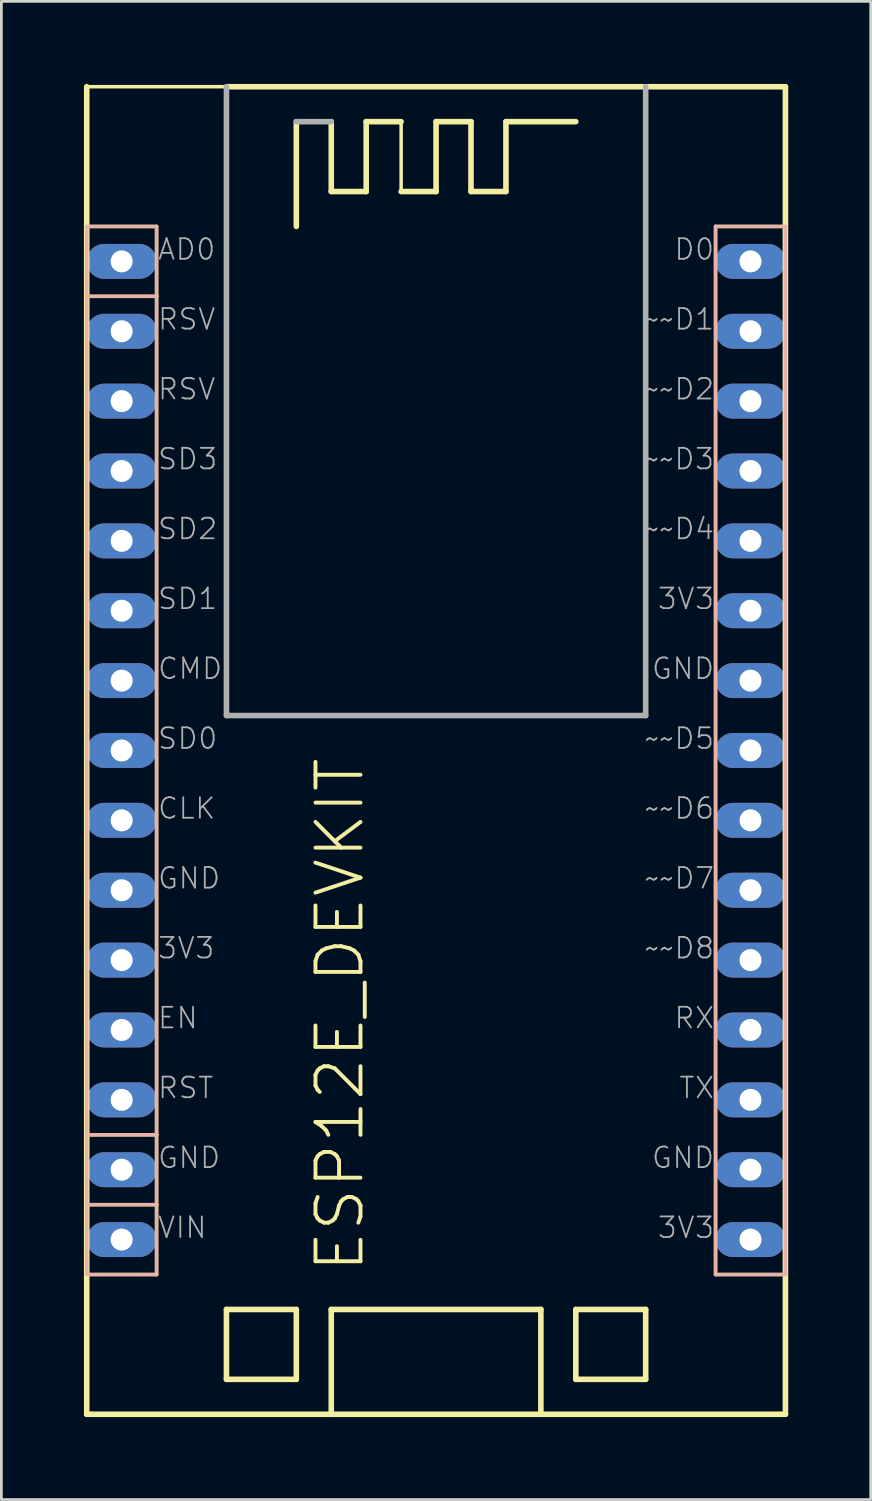
<source format=kicad_pcb>
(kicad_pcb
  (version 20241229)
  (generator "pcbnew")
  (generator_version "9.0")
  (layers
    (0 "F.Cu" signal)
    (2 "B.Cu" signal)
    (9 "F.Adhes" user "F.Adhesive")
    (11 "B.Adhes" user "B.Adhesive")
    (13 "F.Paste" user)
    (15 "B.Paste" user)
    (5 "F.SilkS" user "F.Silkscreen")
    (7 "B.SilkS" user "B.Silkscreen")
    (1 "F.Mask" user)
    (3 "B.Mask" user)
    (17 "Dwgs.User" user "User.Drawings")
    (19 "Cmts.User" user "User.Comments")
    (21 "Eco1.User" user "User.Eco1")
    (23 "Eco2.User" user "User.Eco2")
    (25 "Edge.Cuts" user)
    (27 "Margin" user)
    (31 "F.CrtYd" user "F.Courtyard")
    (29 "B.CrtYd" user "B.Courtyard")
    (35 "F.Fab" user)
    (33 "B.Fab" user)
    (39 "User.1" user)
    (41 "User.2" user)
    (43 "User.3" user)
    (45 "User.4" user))
  (footprint "ESP12E_DEVKIT"
    (layer "F.Cu")
    (at 12.802 24.232)
    (property "Reference" "ESP12E_DEVKIT" (at -2.54 19.05 90) (unlocked yes) (layer "F.SilkS") (effects (font (size 1.636 1.636) (thickness 0.142)) (justify left bottom)))
    (fp_line (start -12.7 -24.13) (end -7.62 -24.13) (stroke (width 0.127) (type solid)) (layer "F.SilkS"))
    (fp_line (start -12.7 -19.05) (end -10.16 -19.05) (stroke (width 0.127) (type solid)) (layer "F.SilkS"))
    (fp_line (start -12.7 -16.51) (end -12.7 -19.05) (stroke (width 0.127) (type solid)) (layer "F.SilkS"))
    (fp_line (start -12.7 -16.51) (end -10.16 -16.51) (stroke (width 0.127) (type solid)) (layer "F.SilkS"))
    (fp_line (start -12.7 13.97) (end -12.7 -16.51) (stroke (width 0.127) (type solid)) (layer "F.SilkS"))
    (fp_line (start -12.7 13.97) (end -10.16 13.97) (stroke (width 0.127) (type solid)) (layer "F.SilkS"))
    (fp_line (start -12.7 16.51) (end -12.7 13.97) (stroke (width 0.127) (type solid)) (layer "F.SilkS"))
    (fp_line (start -12.7 19.05) (end -12.7 16.51) (stroke (width 0.127) (type solid)) (layer "F.SilkS"))
    (fp_line (start -12.7 24.13) (end -12.7 -24.13) (stroke (width 0.203) (type solid)) (layer "F.SilkS"))
    (fp_line (start -12.7 24.13) (end -3.81 24.13) (stroke (width 0.203) (type solid)) (layer "F.SilkS"))
    (fp_line (start -10.16 -19.05) (end -10.16 -16.51) (stroke (width 0.127) (type solid)) (layer "F.SilkS"))
    (fp_line (start -10.16 -16.51) (end -10.16 13.97) (stroke (width 0.127) (type solid)) (layer "F.SilkS"))
    (fp_line (start -10.16 13.97) (end -10.16 16.51) (stroke (width 0.127) (type solid)) (layer "F.SilkS"))
    (fp_line (start -10.16 16.51) (end -12.7 16.51) (stroke (width 0.127) (type solid)) (layer "F.SilkS"))
    (fp_line (start -10.16 16.51) (end -10.16 19.05) (stroke (width 0.127) (type solid)) (layer "F.SilkS"))
    (fp_line (start -10.16 19.05) (end -12.7 19.05) (stroke (width 0.127) (type solid)) (layer "F.SilkS"))
    (fp_line (start -7.62 -24.13) (end 12.7 -24.13) (stroke (width 0.203) (type solid)) (layer "F.SilkS"))
    (fp_line (start -7.62 20.32) (end -5.08 20.32) (stroke (width 0.203) (type solid)) (layer "F.SilkS"))
    (fp_line (start -7.62 22.86) (end -7.62 20.32) (stroke (width 0.203) (type solid)) (layer "F.SilkS"))
    (fp_line (start -5.08 -22.86) (end -3.81 -22.86) (stroke (width 0.127) (type solid)) (layer "F.SilkS"))
    (fp_line (start -5.08 -19.05) (end -5.08 -22.86) (stroke (width 0.203) (type solid)) (layer "F.SilkS"))
    (fp_line (start -5.08 20.32) (end -5.08 22.86) (stroke (width 0.203) (type solid)) (layer "F.SilkS"))
    (fp_line (start -5.08 22.86) (end -7.62 22.86) (stroke (width 0.203) (type solid)) (layer "F.SilkS"))
    (fp_line (start -3.81 -22.86) (end -3.81 -20.32) (stroke (width 0.203) (type solid)) (layer "F.SilkS"))
    (fp_line (start -3.81 -20.32) (end -2.54 -20.32) (stroke (width 0.203) (type solid)) (layer "F.SilkS"))
    (fp_line (start -3.81 20.32) (end 3.81 20.32) (stroke (width 0.203) (type solid)) (layer "F.SilkS"))
    (fp_line (start -3.81 24.13) (end -3.81 20.32) (stroke (width 0.203) (type solid)) (layer "F.SilkS"))
    (fp_line (start -3.81 24.13) (end 12.7 24.13) (stroke (width 0.203) (type solid)) (layer "F.SilkS"))
    (fp_line (start -2.54 -22.86) (end -1.27 -22.86) (stroke (width 0.203) (type solid)) (layer "F.SilkS"))
    (fp_line (start -2.54 -20.32) (end -2.54 -22.86) (stroke (width 0.203) (type solid)) (layer "F.SilkS"))
    (fp_line (start -1.27 -22.86) (end -1.27 -20.32) (stroke (width 0.127) (type solid)) (layer "F.SilkS"))
    (fp_line (start -1.27 -20.32) (end 0 -20.32) (stroke (width 0.203) (type solid)) (layer "F.SilkS"))
    (fp_line (start 0 -22.86) (end 1.27 -22.86) (stroke (width 0.203) (type solid)) (layer "F.SilkS"))
    (fp_line (start 0 -20.32) (end 0 -22.86) (stroke (width 0.203) (type solid)) (layer "F.SilkS"))
    (fp_line (start 1.27 -22.86) (end 1.27 -20.32) (stroke (width 0.203) (type solid)) (layer "F.SilkS"))
    (fp_line (start 1.27 -20.32) (end 2.54 -20.32) (stroke (width 0.203) (type solid)) (layer "F.SilkS"))
    (fp_line (start 2.54 -22.86) (end 5.08 -22.86) (stroke (width 0.203) (type solid)) (layer "F.SilkS"))
    (fp_line (start 2.54 -20.32) (end 2.54 -22.86) (stroke (width 0.203) (type solid)) (layer "F.SilkS"))
    (fp_line (start 3.81 20.32) (end 3.81 24.13) (stroke (width 0.203) (type solid)) (layer "F.SilkS"))
    (fp_line (start 5.08 20.32) (end 5.08 22.86) (stroke (width 0.203) (type solid)) (layer "F.SilkS"))
    (fp_line (start 5.08 22.86) (end 7.62 22.86) (stroke (width 0.203) (type solid)) (layer "F.SilkS"))
    (fp_line (start 7.62 20.32) (end 5.08 20.32) (stroke (width 0.203) (type solid)) (layer "F.SilkS"))
    (fp_line (start 7.62 22.86) (end 7.62 20.32) (stroke (width 0.203) (type solid)) (layer "F.SilkS"))
    (fp_line (start 10.16 -19.05) (end 12.7 -19.05) (stroke (width 0.127) (type solid)) (layer "F.SilkS"))
    (fp_line (start 10.16 19.05) (end 10.16 -19.05) (stroke (width 0.127) (type solid)) (layer "F.SilkS"))
    (fp_line (start 12.7 -24.13) (end 12.7 24.13) (stroke (width 0.203) (type solid)) (layer "F.SilkS"))
    (fp_line (start 12.7 -19.05) (end 12.7 19.05) (stroke (width 0.127) (type solid)) (layer "F.SilkS"))
    (fp_line (start 12.7 19.05) (end 10.16 19.05) (stroke (width 0.127) (type solid)) (layer "F.SilkS"))
    (fp_line (start -12.7 -19.05) (end -12.7 -16.51) (stroke (width 0.127) (type solid)) (layer "B.SilkS"))
    (fp_line (start -12.7 -19.05) (end -10.16 -19.05) (stroke (width 0.127) (type solid)) (layer "B.SilkS"))
    (fp_line (start -12.7 -16.51) (end -10.16 -16.51) (stroke (width 0.127) (type solid)) (layer "B.SilkS"))
    (fp_line (start -12.7 13.97) (end -12.7 -16.51) (stroke (width 0.127) (type solid)) (layer "B.SilkS"))
    (fp_line (start -12.7 13.97) (end -12.7 16.51) (stroke (width 0.127) (type solid)) (layer "B.SilkS"))
    (fp_line (start -12.7 16.51) (end -10.16 16.51) (stroke (width 0.127) (type solid)) (layer "B.SilkS"))
    (fp_line (start -12.7 19.05) (end -12.7 16.51) (stroke (width 0.127) (type solid)) (layer "B.SilkS"))
    (fp_line (start -10.16 -19.05) (end -10.16 -16.51) (stroke (width 0.127) (type solid)) (layer "B.SilkS"))
    (fp_line (start -10.16 -16.51) (end -10.16 13.97) (stroke (width 0.127) (type solid)) (layer "B.SilkS"))
    (fp_line (start -10.16 13.97) (end -12.7 13.97) (stroke (width 0.127) (type solid)) (layer "B.SilkS"))
    (fp_line (start -10.16 13.97) (end -10.16 16.51) (stroke (width 0.127) (type solid)) (layer "B.SilkS"))
    (fp_line (start -10.16 16.51) (end -10.16 19.05) (stroke (width 0.127) (type solid)) (layer "B.SilkS"))
    (fp_line (start -10.16 19.05) (end -12.7 19.05) (stroke (width 0.127) (type solid)) (layer "B.SilkS"))
    (fp_line (start 10.16 -19.05) (end 10.16 19.05) (stroke (width 0.127) (type solid)) (layer "B.SilkS"))
    (fp_line (start 10.16 19.05) (end 12.7 19.05) (stroke (width 0.127) (type solid)) (layer "B.SilkS"))
    (fp_line (start 12.7 -19.05) (end 10.16 -19.05) (stroke (width 0.127) (type solid)) (layer "B.SilkS"))
    (fp_line (start 12.7 19.05) (end 12.7 -19.05) (stroke (width 0.127) (type solid)) (layer "B.SilkS"))
    (fp_line (start -7.62 -24.13) (end -7.62 -1.27) (stroke (width 0.203) (type solid)) (layer "F.Fab"))
    (fp_line (start -7.62 -1.27) (end 7.62 -1.27) (stroke (width 0.203) (type solid)) (layer "F.Fab"))
    (fp_line (start -5.08 -22.86) (end -3.81 -22.86) (stroke (width 0.203) (type solid)) (layer "F.Fab"))
    (fp_line (start 7.62 -1.27) (end 7.62 -24.13) (stroke (width 0.203) (type solid)) (layer "F.Fab"))
    (fp_text user "SD0" (at -10.16 0 0) (unlocked yes) (layer "F.Fab") (effects (font (size 0.748 0.748) (thickness 0.065)) (justify left bottom)))
    (fp_text user "~~D1" (at 10.16 -15.24 0) (unlocked yes) (layer "F.Fab") (effects (font (size 0.748 0.748) (thickness 0.065)) (justify right bottom)))
    (fp_text user "SD3" (at -10.16 -10.16 0) (unlocked yes) (layer "F.Fab") (effects (font (size 0.748 0.748) (thickness 0.065)) (justify left bottom)))
    (fp_text user "EN" (at -10.16 10.16 0) (unlocked yes) (layer "F.Fab") (effects (font (size 0.748 0.748) (thickness 0.065)) (justify left bottom)))
    (fp_text user "GND" (at 10.16 -2.54 0) (unlocked yes) (layer "F.Fab") (effects (font (size 0.748 0.748) (thickness 0.065)) (justify right bottom)))
    (fp_text user "~~D8" (at 10.16 7.62 0) (unlocked yes) (layer "F.Fab") (effects (font (size 0.748 0.748) (thickness 0.065)) (justify right bottom)))
    (fp_text user "~~D5" (at 10.16 0 0) (unlocked yes) (layer "F.Fab") (effects (font (size 0.748 0.748) (thickness 0.065)) (justify right bottom)))
    (fp_text user "RSV" (at -10.16 -12.7 0) (unlocked yes) (layer "F.Fab") (effects (font (size 0.748 0.748) (thickness 0.065)) (justify left bottom)))
    (fp_text user "~~D3" (at 10.16 -10.16 0) (unlocked yes) (layer "F.Fab") (effects (font (size 0.748 0.748) (thickness 0.065)) (justify right bottom)))
    (fp_text user "~~D4" (at 10.16 -7.62 0) (unlocked yes) (layer "F.Fab") (effects (font (size 0.748 0.748) (thickness 0.065)) (justify right bottom)))
    (fp_text user "~~D6" (at 10.16 2.54 0) (unlocked yes) (layer "F.Fab") (effects (font (size 0.748 0.748) (thickness 0.065)) (justify right bottom)))
    (fp_text user "RSV" (at -10.16 -15.24 0) (unlocked yes) (layer "F.Fab") (effects (font (size 0.748 0.748) (thickness 0.065)) (justify left bottom)))
    (fp_text user "RX" (at 10.16 10.16 0) (unlocked yes) (layer "F.Fab") (effects (font (size 0.748 0.748) (thickness 0.065)) (justify right bottom)))
    (fp_text user "VIN" (at -10.16 17.78 0) (unlocked yes) (layer "F.Fab") (effects (font (size 0.748 0.748) (thickness 0.065)) (justify left bottom)))
    (fp_text user "RST" (at -10.16 12.7 0) (unlocked yes) (layer "F.Fab") (effects (font (size 0.748 0.748) (thickness 0.065)) (justify left bottom)))
    (fp_text user "TX" (at 10.16 12.7 0) (unlocked yes) (layer "F.Fab") (effects (font (size 0.748 0.748) (thickness 0.065)) (justify right bottom)))
    (fp_text user "SD2" (at -10.16 -7.62 0) (unlocked yes) (layer "F.Fab") (effects (font (size 0.748 0.748) (thickness 0.065)) (justify left bottom)))
    (fp_text user "~~D7" (at 10.16 5.08 0) (unlocked yes) (layer "F.Fab") (effects (font (size 0.748 0.748) (thickness 0.065)) (justify right bottom)))
    (fp_text user "3V3" (at -10.16 7.62 0) (unlocked yes) (layer "F.Fab") (effects (font (size 0.748 0.748) (thickness 0.065)) (justify left bottom)))
    (fp_text user "3V3" (at 10.16 -5.08 0) (unlocked yes) (layer "F.Fab") (effects (font (size 0.748 0.748) (thickness 0.065)) (justify right bottom)))
    (fp_text user "D0" (at 10.16 -17.78 0) (unlocked yes) (layer "F.Fab") (effects (font (size 0.748 0.748) (thickness 0.065)) (justify right bottom)))
    (fp_text user "SD1" (at -10.16 -5.08 0) (unlocked yes) (layer "F.Fab") (effects (font (size 0.748 0.748) (thickness 0.065)) (justify left bottom)))
    (fp_text user "CMD" (at -10.16 -2.54 0) (unlocked yes) (layer "F.Fab") (effects (font (size 0.748 0.748) (thickness 0.065)) (justify left bottom)))
    (fp_text user "GND" (at 10.16 15.24 0) (unlocked yes) (layer "F.Fab") (effects (font (size 0.748 0.748) (thickness 0.065)) (justify right bottom)))
    (fp_text user "~~D2" (at 10.16 -12.7 0) (unlocked yes) (layer "F.Fab") (effects (font (size 0.748 0.748) (thickness 0.065)) (justify right bottom)))
    (fp_text user "3V3" (at 10.16 17.78 0) (unlocked yes) (layer "F.Fab") (effects (font (size 0.748 0.748) (thickness 0.065)) (justify right bottom)))
    (fp_text user "GND" (at -10.16 15.24 0) (unlocked yes) (layer "F.Fab") (effects (font (size 0.748 0.748) (thickness 0.065)) (justify left bottom)))
    (fp_text user "AD0" (at -10.16 -17.78 0) (unlocked yes) (layer "F.Fab") (effects (font (size 0.748 0.748) (thickness 0.065)) (justify left bottom)))
    (fp_text user "CLK" (at -10.16 2.54 0) (unlocked yes) (layer "F.Fab") (effects (font (size 0.748 0.748) (thickness 0.065)) (justify left bottom)))
    (fp_text user "GND" (at -10.16 5.08 0) (unlocked yes) (layer "F.Fab") (effects (font (size 0.748 0.748) (thickness 0.065)) (justify left bottom)))
    (pad "3V3@0" thru_hole oval (at -11.43 7.62) (size 2.54 1.27) (drill 0.8) (layers "*.Cu" "*.Mask"))
    (pad "3V3@1" thru_hole oval (at 11.43 -5.08) (size 2.54 1.27) (drill 0.8) (layers "*.Cu" "*.Mask"))
    (pad "3V3@2" thru_hole oval (at 11.43 17.78) (size 2.54 1.27) (drill 0.8) (layers "*.Cu" "*.Mask"))
    (pad "AD0" thru_hole oval (at -11.43 -17.78) (size 2.54 1.27) (drill 0.8) (layers "*.Cu" "*.Mask"))
    (pad "CLK" thru_hole oval (at -11.43 2.54) (size 2.54 1.27) (drill 0.8) (layers "*.Cu" "*.Mask"))
    (pad "CMD" thru_hole oval (at -11.43 -2.54) (size 2.54 1.27) (drill 0.8) (layers "*.Cu" "*.Mask"))
    (pad "D0" thru_hole oval (at 11.43 -17.78) (size 2.54 1.27) (drill 0.8) (layers "*.Cu" "*.Mask"))
    (pad "D1" thru_hole oval (at 11.43 -15.24) (size 2.54 1.27) (drill 0.8) (layers "*.Cu" "*.Mask"))
    (pad "D2" thru_hole oval (at 11.43 -12.7) (size 2.54 1.27) (drill 0.8) (layers "*.Cu" "*.Mask"))
    (pad "D3" thru_hole oval (at 11.43 -10.16) (size 2.54 1.27) (drill 0.8) (layers "*.Cu" "*.Mask"))
    (pad "D4" thru_hole oval (at 11.43 -7.62) (size 2.54 1.27) (drill 0.8) (layers "*.Cu" "*.Mask"))
    (pad "D5" thru_hole oval (at 11.43 0) (size 2.54 1.27) (drill 0.8) (layers "*.Cu" "*.Mask"))
    (pad "D6" thru_hole oval (at 11.43 2.54) (size 2.54 1.27) (drill 0.8) (layers "*.Cu" "*.Mask"))
    (pad "D7" thru_hole oval (at 11.43 5.08) (size 2.54 1.27) (drill 0.8) (layers "*.Cu" "*.Mask"))
    (pad "D8" thru_hole oval (at 11.43 7.62) (size 2.54 1.27) (drill 0.8) (layers "*.Cu" "*.Mask"))
    (pad "EN" thru_hole oval (at -11.43 10.16) (size 2.54 1.27) (drill 0.8) (layers "*.Cu" "*.Mask"))
    (pad "GND@0" thru_hole oval (at -11.43 5.08) (size 2.54 1.27) (drill 0.8) (layers "*.Cu" "*.Mask"))
    (pad "GND@1" thru_hole oval (at -11.43 15.24) (size 2.54 1.27) (drill 0.8) (layers "*.Cu" "*.Mask"))
    (pad "GND@2" thru_hole oval (at 11.43 -2.54) (size 2.54 1.27) (drill 0.8) (layers "*.Cu" "*.Mask"))
    (pad "GND@3" thru_hole oval (at 11.43 15.24) (size 2.54 1.27) (drill 0.8) (layers "*.Cu" "*.Mask"))
    (pad "RST" thru_hole oval (at -11.43 12.7) (size 2.54 1.27) (drill 0.8) (layers "*.Cu" "*.Mask"))
    (pad "RSV@0" thru_hole oval (at -11.43 -15.24) (size 2.54 1.27) (drill 0.8) (layers "*.Cu" "*.Mask"))
    (pad "RSV@1" thru_hole oval (at -11.43 -12.7) (size 2.54 1.27) (drill 0.8) (layers "*.Cu" "*.Mask"))
    (pad "RX" thru_hole oval (at 11.43 10.16) (size 2.54 1.27) (drill 0.8) (layers "*.Cu" "*.Mask"))
    (pad "SD0" thru_hole oval (at -11.43 0) (size 2.54 1.27) (drill 0.8) (layers "*.Cu" "*.Mask"))
    (pad "SD1" thru_hole oval (at -11.43 -5.08) (size 2.54 1.27) (drill 0.8) (layers "*.Cu" "*.Mask"))
    (pad "SD2" thru_hole oval (at -11.43 -7.62) (size 2.54 1.27) (drill 0.8) (layers "*.Cu" "*.Mask"))
    (pad "SD3" thru_hole oval (at -11.43 -10.16) (size 2.54 1.27) (drill 0.8) (layers "*.Cu" "*.Mask"))
    (pad "TX" thru_hole oval (at 11.43 12.7) (size 2.54 1.27) (drill 0.8) (layers "*.Cu" "*.Mask"))
    (pad "VIN" thru_hole oval (at -11.43 17.78) (size 2.54 1.27) (drill 0.8) (layers "*.Cu" "*.Mask")))
  (gr_rect
    (start -3 -3)
    (end 28.603 51.463)
    (stroke (width 0.1) (type default))
    (fill no)
    (layer "Edge.Cuts")))
</source>
